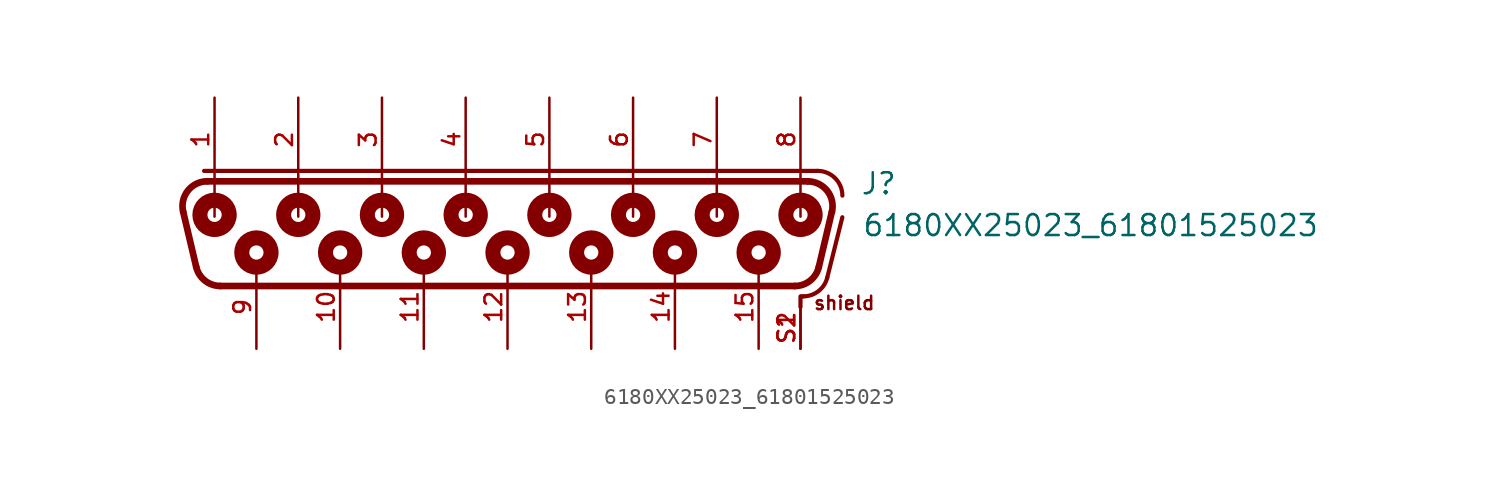
<source format=kicad_sym>
(kicad_symbol_lib
  (version 20211014)
  (generator kicad_symbol_editor)
  (symbol "6180XX25023_61801525023"
    (pin_names
      (offset 1.016))
    (property "Reference" "J"
      (at 21.4 1.66 0)
      (effects (font (size 1.27 1.27)) (justify bottom left)))
    (property "Value" "6180XX25023_61801525023"
      (at 21.5 -0.88 0)
      (effects (font (size 1.27 1.27)) (justify bottom left)))
    (symbol "6180XX25023_61801525023_0_0"
      (polyline (pts (xy -18.224 2.54) (xy 18.224 2.54)) (stroke (width 0.406)))
      (arc (start 19.6842125 0.695165625) (mid 19.3983 1.9738) (end 18.2243875 2.54) (stroke (width 0.4064) (type default) (color 0 0 0 0)) (fill (type none)))
      (polyline (pts (xy 19.684 0.695) (xy 18.893 -2.655)) (stroke (width 0.406)))
      (arc (start 17.43305 -3.81) (mid 18.3608 -3.4886) (end 18.892871875 -2.65484375) (stroke (width 0.4064) (type default) (color 0 0 0 0)) (fill (type none)))
      (polyline (pts (xy 17.433 -3.81) (xy -17.433 -3.81)) (stroke (width 0.406)))
      (arc (start -19.6842125 0.695165625) (mid -19.3983 1.9738) (end -18.2243875 2.54) (stroke (width 0.4064) (type default) (color 0 0 0 0)) (fill (type none)))
      (arc (start -18.892871875 -2.65484375) (mid -18.3668 -3.4839) (end -17.43305 -3.81) (stroke (width 0.4064) (type default) (color 0 0 0 0)) (fill (type none)))
      (polyline (pts (xy -18.893 -2.655) (xy -19.684 0.695)) (stroke (width 0.406)))
      (polyline (pts (xy -18.415 3.175) (xy 18.82 3.175)) (stroke (width 0.254)))
      (arc (start 20.32 1.675) (mid 19.8807 2.7357) (end 18.82 3.175) (stroke (width 0.254) (type default) (color 0 0 0 0)) (fill (type none)))
      (polyline (pts (xy 17.78 -4.445) (xy 17.78 -5.08)) (stroke (width 0.254)))
      (polyline (pts (xy 17.82 -4.44) (xy 17.949 -4.44)) (stroke (width 0.254)))
      (arc (start 19.40405 -3.3038) (mid 18.8723 -4.122) (end 17.948834375 -4.44) (stroke (width 0.254) (type default) (color 0 0 0 0)) (fill (type none)))
      (polyline (pts (xy 19.404 -3.304) (xy 20.32 0.36)) (stroke (width 0.254)))
      (polyline (pts (xy -17.78 2.58) (xy -17.78 0.4)) (stroke (width 0.152)))
      (polyline (pts (xy 2.54 2.58) (xy 2.54 0.4)) (stroke (width 0.152)))
      (polyline (pts (xy 7.62 2.58) (xy 7.62 0.4)) (stroke (width 0.152)))
      (polyline (pts (xy 12.7 2.58) (xy 12.7 0.4)) (stroke (width 0.152)))
      (polyline (pts (xy 17.78 2.58) (xy 17.78 0.4)) (stroke (width 0.152)))
      (polyline (pts (xy -12.7 2.58) (xy -12.7 0.4)) (stroke (width 0.152)))
      (polyline (pts (xy -7.62 2.58) (xy -7.62 0.4)) (stroke (width 0.152)))
      (polyline (pts (xy -2.54 2.58) (xy -2.54 0.4)) (stroke (width 0.152)))
      (text "shield" (at 18.52 -5.32 0) (effects (font (size 0.813 0.813)) (justify bottom left)))
      (circle (center 17.78 0.508) (radius 0.762) (stroke (width 0.254)) (fill (type none)))
      (circle (center 12.7 0.508) (radius 0.762) (stroke (width 0.254)) (fill (type none)))
      (circle (center 7.62 0.508) (radius 0.762) (stroke (width 0.254)) (fill (type none)))
      (circle (center 2.54 0.508) (radius 0.762) (stroke (width 0.254)) (fill (type none)))
      (circle (center -17.78 0.508) (radius 0.762) (stroke (width 0.254)) (fill (type none)))
      (circle (center 15.24 -1.778) (radius 0.762) (stroke (width 0.254)) (fill (type none)))
      (circle (center 10.16 -1.778) (radius 0.762) (stroke (width 0.254)) (fill (type none)))
      (circle (center 5.08 -1.778) (radius 0.762) (stroke (width 0.254)) (fill (type none)))
      (circle (center 0.0 -1.778) (radius 0.762) (stroke (width 0.254)) (fill (type none)))
      (circle (center 17.78 0.508) (radius 0.432) (stroke (width 0.914)) (fill (type none)))
      (circle (center 12.7 0.508) (radius 0.432) (stroke (width 0.914)) (fill (type none)))
      (circle (center 7.62 0.508) (radius 0.432) (stroke (width 0.914)) (fill (type none)))
      (circle (center 2.54 0.508) (radius 0.432) (stroke (width 0.914)) (fill (type none)))
      (circle (center -17.78 0.508) (radius 0.432) (stroke (width 0.914)) (fill (type none)))
      (circle (center 0.0 -1.778) (radius 0.432) (stroke (width 0.914)) (fill (type none)))
      (circle (center 5.08 -1.778) (radius 0.432) (stroke (width 0.914)) (fill (type none)))
      (circle (center 10.16 -1.778) (radius 0.432) (stroke (width 0.914)) (fill (type none)))
      (circle (center 15.24 -1.778) (radius 0.432) (stroke (width 0.914)) (fill (type none)))
      (circle (center -2.54 0.508) (radius 0.762) (stroke (width 0.254)) (fill (type none)))
      (circle (center -7.62 0.508) (radius 0.762) (stroke (width 0.254)) (fill (type none)))
      (circle (center -12.7 0.508) (radius 0.762) (stroke (width 0.254)) (fill (type none)))
      (circle (center -5.08 -1.778) (radius 0.762) (stroke (width 0.254)) (fill (type none)))
      (circle (center -10.16 -1.778) (radius 0.762) (stroke (width 0.254)) (fill (type none)))
      (circle (center -15.24 -1.778) (radius 0.762) (stroke (width 0.254)) (fill (type none)))
      (circle (center -2.54 0.508) (radius 0.432) (stroke (width 0.914)) (fill (type none)))
      (circle (center -7.62 0.508) (radius 0.432) (stroke (width 0.914)) (fill (type none)))
      (circle (center -12.7 0.508) (radius 0.432) (stroke (width 0.914)) (fill (type none)))
      (circle (center -15.24 -1.778) (radius 0.432) (stroke (width 0.914)) (fill (type none)))
      (circle (center -10.16 -1.778) (radius 0.432) (stroke (width 0.914)) (fill (type none)))
      (circle (center -5.08 -1.778) (radius 0.432) (stroke (width 0.914)) (fill (type none)))
      (pin bidirectional line (at -17.78 7.62 270.0) (length 5.08) (name "~" (effects (font (size 1.016 1.016)))) (number "1" (effects (font (size 1.016 1.016)))))
      (pin bidirectional line (at -12.7 7.62 270.0) (length 5.08) (name "~" (effects (font (size 1.016 1.016)))) (number "2" (effects (font (size 1.016 1.016)))))
      (pin bidirectional line (at -7.62 7.62 270.0) (length 5.08) (name "~" (effects (font (size 1.016 1.016)))) (number "3" (effects (font (size 1.016 1.016)))))
      (pin bidirectional line (at -2.54 7.62 270.0) (length 5.08) (name "~" (effects (font (size 1.016 1.016)))) (number "4" (effects (font (size 1.016 1.016)))))
      (pin bidirectional line (at 2.54 7.62 270.0) (length 5.08) (name "~" (effects (font (size 1.016 1.016)))) (number "5" (effects (font (size 1.016 1.016)))))
      (pin bidirectional line (at 7.62 7.62 270.0) (length 5.08) (name "~" (effects (font (size 1.016 1.016)))) (number "6" (effects (font (size 1.016 1.016)))))
      (pin bidirectional line (at 12.7 7.62 270.0) (length 5.08) (name "~" (effects (font (size 1.016 1.016)))) (number "7" (effects (font (size 1.016 1.016)))))
      (pin bidirectional line (at 17.78 7.62 270.0) (length 5.08) (name "~" (effects (font (size 1.016 1.016)))) (number "8" (effects (font (size 1.016 1.016)))))
      (pin bidirectional line (at -15.24 -7.62 90.0) (length 5.08) (name "~" (effects (font (size 1.016 1.016)))) (number "9" (effects (font (size 1.016 1.016)))))
      (pin bidirectional line (at -10.16 -7.62 90.0) (length 5.08) (name "~" (effects (font (size 1.016 1.016)))) (number "10" (effects (font (size 1.016 1.016)))))
      (pin bidirectional line (at -5.08 -7.62 90.0) (length 5.08) (name "~" (effects (font (size 1.016 1.016)))) (number "11" (effects (font (size 1.016 1.016)))))
      (pin bidirectional line (at 0.0 -7.62 90.0) (length 5.08) (name "~" (effects (font (size 1.016 1.016)))) (number "12" (effects (font (size 1.016 1.016)))))
      (pin bidirectional line (at 5.08 -7.62 90.0) (length 5.08) (name "~" (effects (font (size 1.016 1.016)))) (number "13" (effects (font (size 1.016 1.016)))))
      (pin bidirectional line (at 10.16 -7.62 90.0) (length 5.08) (name "~" (effects (font (size 1.016 1.016)))) (number "14" (effects (font (size 1.016 1.016)))))
      (pin bidirectional line (at 15.24 -7.62 90.0) (length 5.08) (name "~" (effects (font (size 1.016 1.016)))) (number "15" (effects (font (size 1.016 1.016)))))
      (pin bidirectional line (at 17.78 -7.62 90.0) (length 2.54) (name "~" (effects (font (size 1.016 1.016)))) (number "S1" (effects (font (size 1.016 1.016)))))
      (pin bidirectional line (at 17.78 -7.62 90.0) (length 2.54) (name "~" (effects (font (size 1.016 1.016)))) (number "S2" (effects (font (size 1.016 1.016))))))))
</source>
